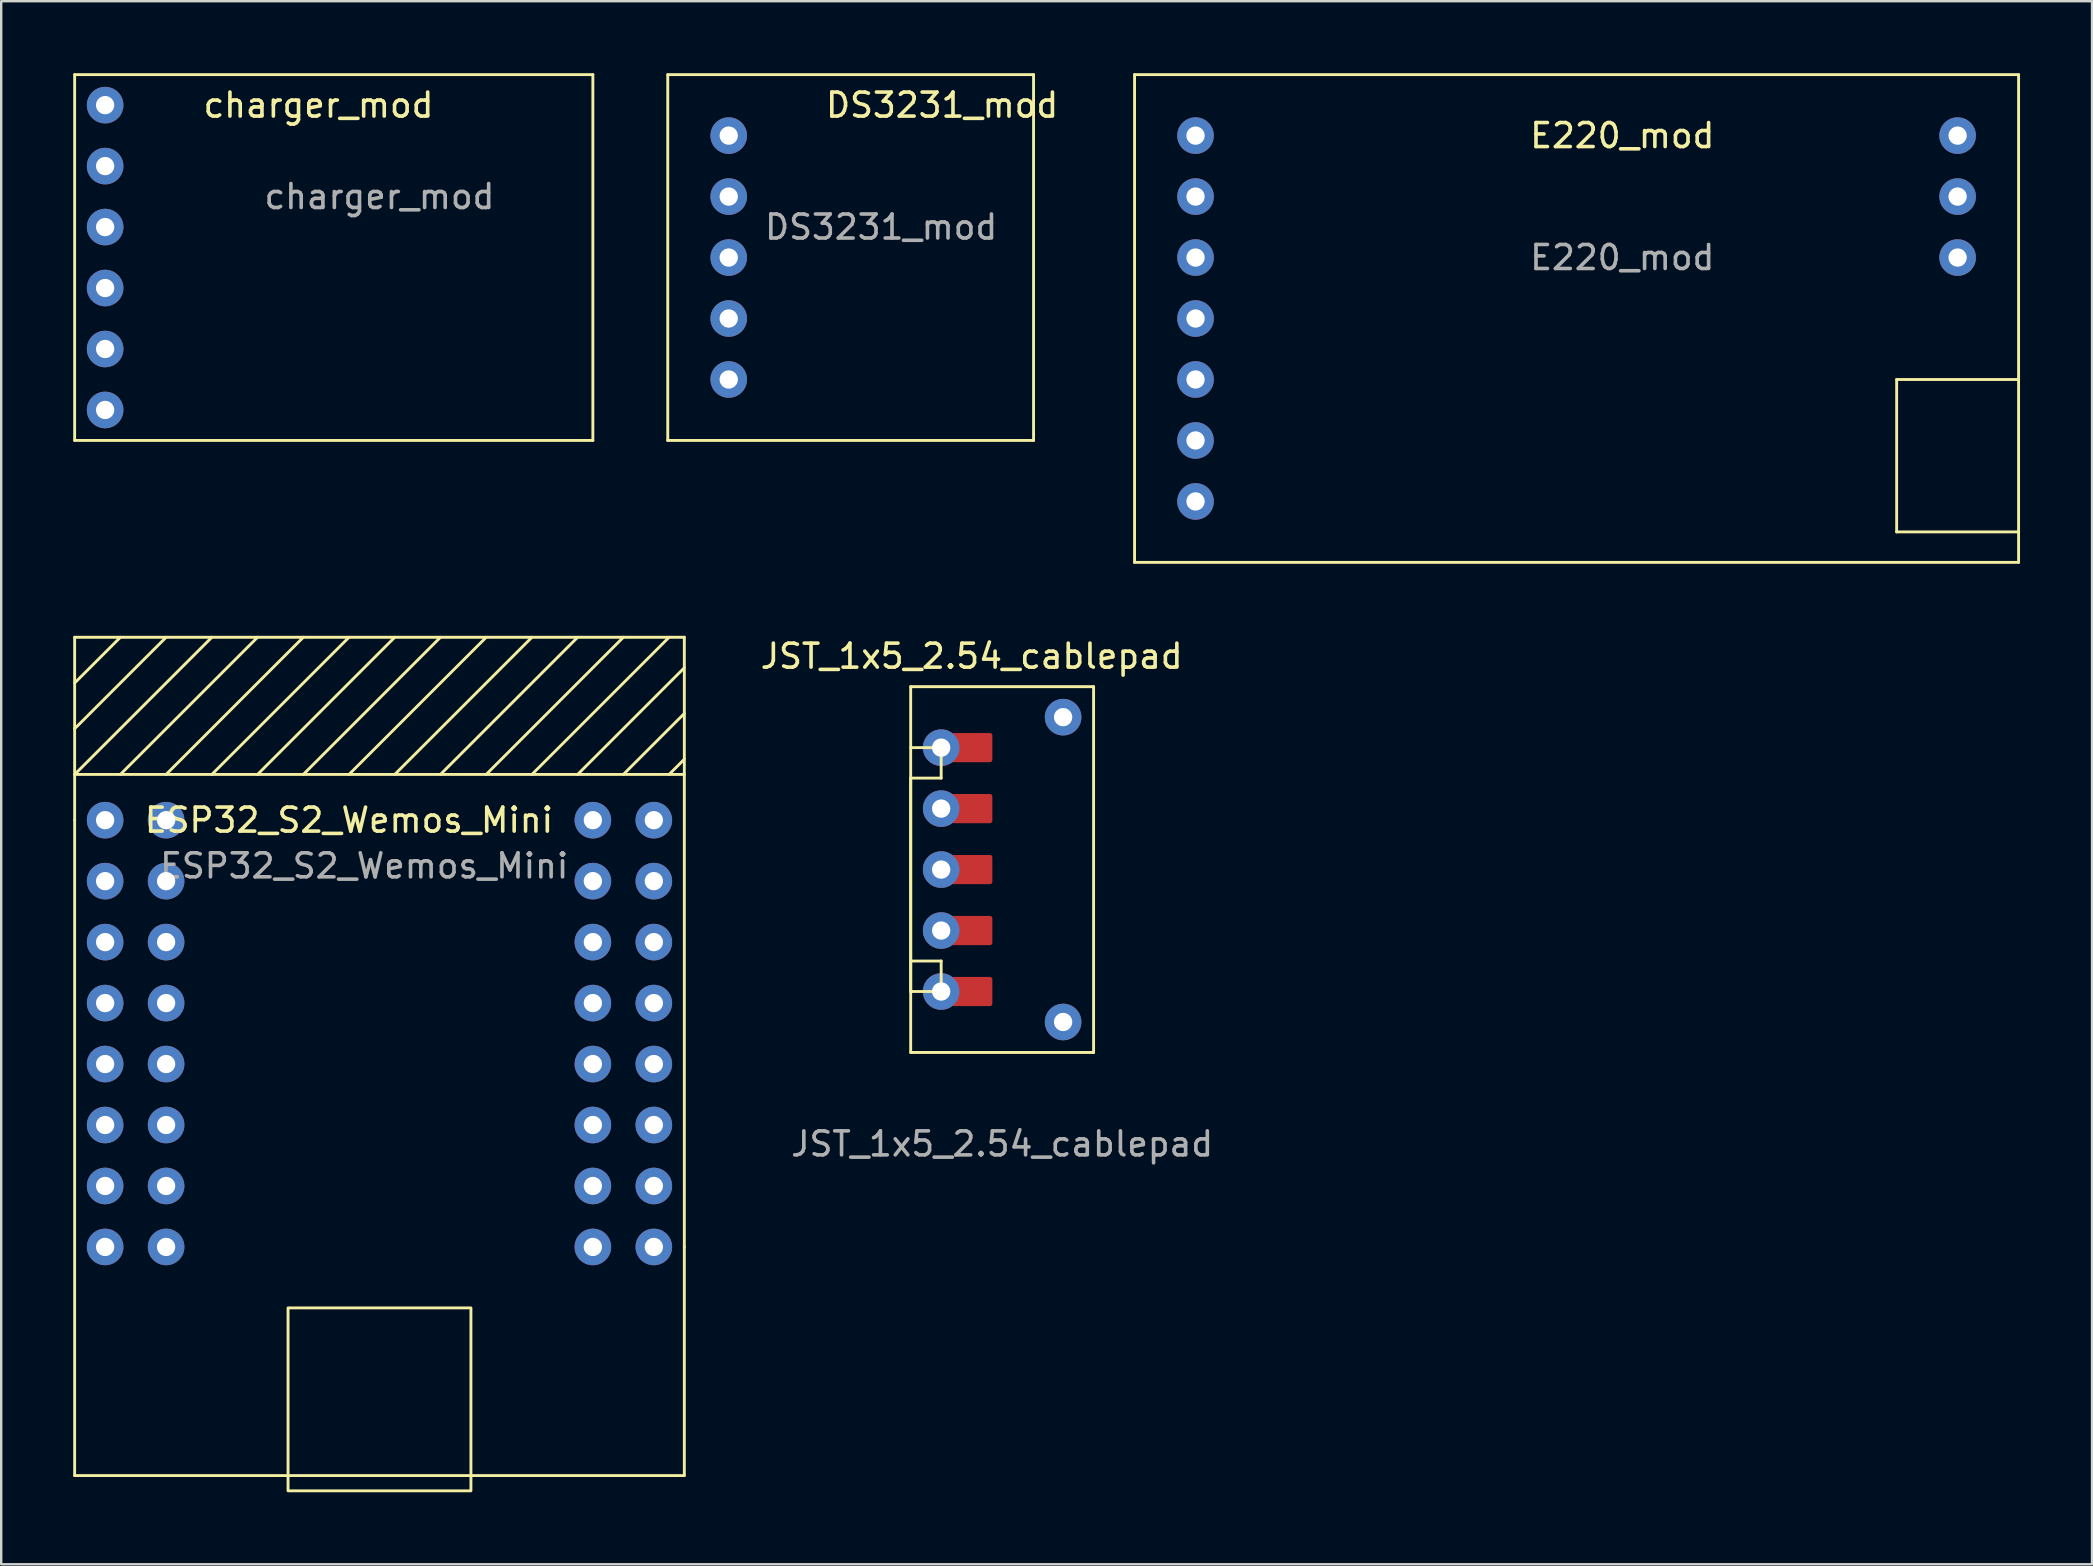
<source format=kicad_pcb>
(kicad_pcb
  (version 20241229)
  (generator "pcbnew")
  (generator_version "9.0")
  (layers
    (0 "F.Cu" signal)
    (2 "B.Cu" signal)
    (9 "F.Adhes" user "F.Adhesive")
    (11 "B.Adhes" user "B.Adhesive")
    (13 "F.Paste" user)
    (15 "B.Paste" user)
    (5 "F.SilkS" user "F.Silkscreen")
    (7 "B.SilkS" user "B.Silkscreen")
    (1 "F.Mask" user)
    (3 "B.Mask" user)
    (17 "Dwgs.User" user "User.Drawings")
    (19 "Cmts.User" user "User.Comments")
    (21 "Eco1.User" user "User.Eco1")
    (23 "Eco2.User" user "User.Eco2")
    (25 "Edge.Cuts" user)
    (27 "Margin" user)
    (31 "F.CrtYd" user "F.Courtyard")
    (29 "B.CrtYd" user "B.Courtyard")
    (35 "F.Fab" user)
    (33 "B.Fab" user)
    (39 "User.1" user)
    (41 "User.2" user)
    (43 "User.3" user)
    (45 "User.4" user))
  (footprint "charger_mod"
    (layer "F.Cu")
    (at 1.33 1.33)
    (property "Reference" "charger_mod" (at 8.89 0 0) (unlocked yes) (layer "F.SilkS") (effects (font (size 1 1) (thickness 0.15))))
    (attr through_hole)
    (fp_line (start -1.27 -1.27) (end 20.32 -1.27) (stroke (width 0.12) (type default)) (layer "F.SilkS"))
    (fp_line (start -1.27 13.97) (end -1.27 -1.27) (stroke (width 0.12) (type default)) (layer "F.SilkS"))
    (fp_line (start 20.32 -1.27) (end 20.32 13.97) (stroke (width 0.12) (type default)) (layer "F.SilkS"))
    (fp_line (start 20.32 13.97) (end -1.27 13.97) (stroke (width 0.12) (type default)) (layer "F.SilkS"))
    (fp_text user "${REFERENCE}" (at 11.43 3.81 0) (unlocked yes) (layer "F.Fab") (effects (font (size 1 1) (thickness 0.15))))
    (pad "1" thru_hole circle (at 0 0) (size 1.524 1.524) (drill 0.762) (layers "*.Cu" "*.Mask"))
    (pad "2" thru_hole circle (at 0 2.54) (size 1.524 1.524) (drill 0.762) (layers "*.Cu" "*.Mask"))
    (pad "3" thru_hole circle (at 0 5.08) (size 1.524 1.524) (drill 0.762) (layers "*.Cu" "*.Mask"))
    (pad "4" thru_hole circle (at 0 7.62) (size 1.524 1.524) (drill 0.762) (layers "*.Cu" "*.Mask"))
    (pad "5" thru_hole circle (at 0 10.16) (size 1.524 1.524) (drill 0.762) (layers "*.Cu" "*.Mask"))
    (pad "6" thru_hole circle (at 0 12.7) (size 1.524 1.524) (drill 0.762) (layers "*.Cu" "*.Mask")))
  (footprint "ESP32_S2_Wemos_Mini"
    (layer "F.Cu")
    (at 1.33 31.12)
    (property "Reference" "ESP32_S2_Wemos_Mini" (at 10.16 0 0) (unlocked yes) (layer "F.SilkS") (effects (font (size 1 1) (thickness 0.15))))
    (attr through_hole)
    (fp_line (start -1.27 -7.62) (end 24.13 -7.62) (stroke (width 0.12) (type default)) (layer "F.SilkS"))
    (fp_line (start -1.27 -5.715) (end 0.635 -7.62) (stroke (width 0.12) (type default)) (layer "F.SilkS"))
    (fp_line (start -1.27 -3.81) (end 2.54 -7.62) (stroke (width 0.12) (type default)) (layer "F.SilkS"))
    (fp_line (start -1.27 -1.905) (end 4.445 -7.62) (stroke (width 0.12) (type default)) (layer "F.SilkS"))
    (fp_line (start -1.27 -1.905) (end 24.13 -1.905) (stroke (width 0.12) (type default)) (layer "F.SilkS"))
    (fp_line (start -1.27 0) (end -1.27 -7.62) (stroke (width 0.12) (type default)) (layer "F.SilkS"))
    (fp_line (start -1.27 27.305) (end -1.27 0) (stroke (width 0.12) (type default)) (layer "F.SilkS"))
    (fp_line (start 0.635 -1.905) (end 6.35 -7.62) (stroke (width 0.12) (type default)) (layer "F.SilkS"))
    (fp_line (start 2.54 -1.905) (end 8.255 -7.62) (stroke (width 0.12) (type default)) (layer "F.SilkS"))
    (fp_line (start 4.445 -1.905) (end 10.16 -7.62) (stroke (width 0.12) (type default)) (layer "F.SilkS"))
    (fp_line (start 6.35 -1.905) (end 12.065 -7.62) (stroke (width 0.12) (type default)) (layer "F.SilkS"))
    (fp_line (start 8.255 -1.905) (end 13.97 -7.62) (stroke (width 0.12) (type default)) (layer "F.SilkS"))
    (fp_line (start 10.16 -1.905) (end 15.875 -7.62) (stroke (width 0.12) (type default)) (layer "F.SilkS"))
    (fp_line (start 12.065 -1.905) (end 17.78 -7.62) (stroke (width 0.12) (type default)) (layer "F.SilkS"))
    (fp_line (start 13.97 -1.905) (end 19.685 -7.62) (stroke (width 0.12) (type default)) (layer "F.SilkS"))
    (fp_line (start 15.875 -1.905) (end 21.59 -7.62) (stroke (width 0.12) (type default)) (layer "F.SilkS"))
    (fp_line (start 17.78 -1.905) (end 23.495 -7.62) (stroke (width 0.12) (type default)) (layer "F.SilkS"))
    (fp_line (start 19.685 -1.905) (end 24.13 -6.35) (stroke (width 0.12) (type default)) (layer "F.SilkS"))
    (fp_line (start 21.59 -1.905) (end 24.13 -4.445) (stroke (width 0.12) (type default)) (layer "F.SilkS"))
    (fp_line (start 23.495 -1.905) (end 24.13 -2.54) (stroke (width 0.12) (type default)) (layer "F.SilkS"))
    (fp_line (start 24.13 -7.62) (end 24.13 17.78) (stroke (width 0.12) (type default)) (layer "F.SilkS"))
    (fp_line (start 24.13 17.78) (end 24.13 27.305) (stroke (width 0.12) (type default)) (layer "F.SilkS"))
    (fp_line (start 24.13 27.305) (end -1.27 27.305) (stroke (width 0.12) (type default)) (layer "F.SilkS"))
    (fp_rect (start 15.24 20.32) (end 7.62 27.94) (stroke (width 0.12) (type default)) (fill no) (layer "F.SilkS"))
    (fp_text user "${REFERENCE}" (at 10.795 1.905 0) (unlocked yes) (layer "F.Fab") (effects (font (size 1 1) (thickness 0.15))))
    (pad "1A" thru_hole circle (at 0 0) (size 1.524 1.524) (drill 0.762) (layers "*.Cu" "*.Mask"))
    (pad "1B" thru_hole circle (at 2.54 0) (size 1.524 1.524) (drill 0.762) (layers "*.Cu" "*.Mask"))
    (pad "2A" thru_hole circle (at 0 2.54) (size 1.524 1.524) (drill 0.762) (layers "*.Cu" "*.Mask"))
    (pad "2B" thru_hole circle (at 2.54 2.54) (size 1.524 1.524) (drill 0.762) (layers "*.Cu" "*.Mask"))
    (pad "3A" thru_hole circle (at 0 5.08) (size 1.524 1.524) (drill 0.762) (layers "*.Cu" "*.Mask"))
    (pad "3B" thru_hole circle (at 2.54 5.08) (size 1.524 1.524) (drill 0.762) (layers "*.Cu" "*.Mask"))
    (pad "4A" thru_hole circle (at 0 7.62) (size 1.524 1.524) (drill 0.762) (layers "*.Cu" "*.Mask"))
    (pad "4B" thru_hole circle (at 2.54 7.62) (size 1.524 1.524) (drill 0.762) (layers "*.Cu" "*.Mask"))
    (pad "5A" thru_hole circle (at 0 10.16) (size 1.524 1.524) (drill 0.762) (layers "*.Cu" "*.Mask"))
    (pad "5B" thru_hole circle (at 2.54 10.16) (size 1.524 1.524) (drill 0.762) (layers "*.Cu" "*.Mask"))
    (pad "6A" thru_hole circle (at 0 12.7) (size 1.524 1.524) (drill 0.762) (layers "*.Cu" "*.Mask"))
    (pad "6B" thru_hole circle (at 2.54 12.7) (size 1.524 1.524) (drill 0.762) (layers "*.Cu" "*.Mask"))
    (pad "7A" thru_hole circle (at 0 15.24) (size 1.524 1.524) (drill 0.762) (layers "*.Cu" "*.Mask"))
    (pad "7B" thru_hole circle (at 2.54 15.24) (size 1.524 1.524) (drill 0.762) (layers "*.Cu" "*.Mask"))
    (pad "8A" thru_hole circle (at 0 17.78) (size 1.524 1.524) (drill 0.762) (layers "*.Cu" "*.Mask"))
    (pad "8B" thru_hole circle (at 2.54 17.78) (size 1.524 1.524) (drill 0.762) (layers "*.Cu" "*.Mask"))
    (pad "9A" thru_hole circle (at 22.86 17.78) (size 1.524 1.524) (drill 0.762) (layers "*.Cu" "*.Mask"))
    (pad "9B" thru_hole circle (at 20.32 17.78) (size 1.524 1.524) (drill 0.762) (layers "*.Cu" "*.Mask"))
    (pad "10A" thru_hole circle (at 22.86 15.24) (size 1.524 1.524) (drill 0.762) (layers "*.Cu" "*.Mask"))
    (pad "10B" thru_hole circle (at 20.32 15.24) (size 1.524 1.524) (drill 0.762) (layers "*.Cu" "*.Mask"))
    (pad "11A" thru_hole circle (at 22.86 12.7) (size 1.524 1.524) (drill 0.762) (layers "*.Cu" "*.Mask"))
    (pad "11B" thru_hole circle (at 20.32 12.7) (size 1.524 1.524) (drill 0.762) (layers "*.Cu" "*.Mask"))
    (pad "12A" thru_hole circle (at 22.86 10.16) (size 1.524 1.524) (drill 0.762) (layers "*.Cu" "*.Mask"))
    (pad "12B" thru_hole circle (at 20.32 10.16) (size 1.524 1.524) (drill 0.762) (layers "*.Cu" "*.Mask"))
    (pad "13A" thru_hole circle (at 22.86 7.62) (size 1.524 1.524) (drill 0.762) (layers "*.Cu" "*.Mask"))
    (pad "13B" thru_hole circle (at 20.32 7.62) (size 1.524 1.524) (drill 0.762) (layers "*.Cu" "*.Mask"))
    (pad "14A" thru_hole circle (at 22.86 5.08) (size 1.524 1.524) (drill 0.762) (layers "*.Cu" "*.Mask"))
    (pad "14B" thru_hole circle (at 20.32 5.08) (size 1.524 1.524) (drill 0.762) (layers "*.Cu" "*.Mask"))
    (pad "15A" thru_hole circle (at 22.86 2.54) (size 1.524 1.524) (drill 0.762) (layers "*.Cu" "*.Mask"))
    (pad "15B" thru_hole circle (at 20.32 2.54) (size 1.524 1.524) (drill 0.762) (layers "*.Cu" "*.Mask"))
    (pad "16A" thru_hole circle (at 22.86 0) (size 1.524 1.524) (drill 0.762) (layers "*.Cu" "*.Mask"))
    (pad "16B" thru_hole circle (at 20.32 0) (size 1.524 1.524) (drill 0.762) (layers "*.Cu" "*.Mask"))
    (zone (net_name "") (layers "F.Cu" "B.Cu") (name "Antenna") (hatch edge 0.5) (connect_pads) (min_thickness 0.25) (filled_areas_thickness no) (keepout (tracks not_allowed) (vias not_allowed) (pads not_allowed) (copperpour not_allowed) (footprints allowed)) (placement (enabled no)) (fill) (polygon (pts (xy 0.06 23.5) (xy 25.46 23.5) (xy 25.46 29.85) (xy 0.06 29.85)))))
  (footprint "JST_1x5_2.54_cablepad"
    (layer "F.Cu")
    (at 36.161 28.098)
    (property "Reference" "JST_1x5_2.54_cablepad" (at 1.27 -3.81 0) (unlocked yes) (layer "F.SilkS") (effects (font (size 1 1) (thickness 0.15))))
    (attr through_hole)
    (fp_poly (pts (xy 0.508 -0.508) (xy 2.032 -0.508) (xy 2.032 0.508) (xy 0.508 0.508)) (stroke (width 0.2) (type solid)) (fill yes) (layer "F.Cu"))
    (fp_poly (pts (xy 0.508 2.032) (xy 2.032 2.032) (xy 2.032 3.048) (xy 0.508 3.048)) (stroke (width 0.2) (type solid)) (fill yes) (layer "F.Cu"))
    (fp_poly (pts (xy 0.508 4.572) (xy 2.032 4.572) (xy 2.032 5.588) (xy 0.508 5.588)) (stroke (width 0.2) (type solid)) (fill yes) (layer "F.Cu"))
    (fp_poly (pts (xy 0.508 7.112) (xy 2.032 7.112) (xy 2.032 8.128) (xy 0.508 8.128)) (stroke (width 0.2) (type solid)) (fill yes) (layer "F.Cu"))
    (fp_poly (pts (xy 0.508 9.652) (xy 2.032 9.652) (xy 2.032 10.668) (xy 0.508 10.668)) (stroke (width 0.2) (type solid)) (fill yes) (layer "F.Cu"))
    (fp_poly (pts (xy 2.032 -0.508) (xy 0.508 -0.508) (xy 0.508 0.508) (xy 2.032 0.508)) (stroke (width 0.12) (type solid)) (fill yes) (layer "F.Mask"))
    (fp_poly (pts (xy 2.032 2.032) (xy 0.508 2.032) (xy 0.508 3.048) (xy 2.032 3.048)) (stroke (width 0.12) (type solid)) (fill yes) (layer "F.Mask"))
    (fp_poly (pts (xy 2.032 4.572) (xy 0.508 4.572) (xy 0.508 5.588) (xy 2.032 5.588)) (stroke (width 0.12) (type solid)) (fill yes) (layer "F.Mask"))
    (fp_poly (pts (xy 2.032 7.112) (xy 0.508 7.112) (xy 0.508 8.128) (xy 2.032 8.128)) (stroke (width 0.12) (type solid)) (fill yes) (layer "F.Mask"))
    (fp_poly (pts (xy 2.032 9.652) (xy 0.508 9.652) (xy 0.508 10.668) (xy 2.032 10.668)) (stroke (width 0.12) (type solid)) (fill yes) (layer "F.Mask"))
    (fp_line (start -1.27 -2.54) (end 6.35 -2.54) (stroke (width 0.12) (type default)) (layer "F.SilkS"))
    (fp_line (start -1.27 0) (end 0 0) (stroke (width 0.12) (type default)) (layer "F.SilkS"))
    (fp_line (start -1.27 1.27) (end -1.27 10.16) (stroke (width 0.12) (type default)) (layer "F.SilkS"))
    (fp_line (start -1.27 10.16) (end 0 10.16) (stroke (width 0.12) (type default)) (layer "F.SilkS"))
    (fp_line (start -1.27 12.7) (end -1.27 -2.54) (stroke (width 0.12) (type default)) (layer "F.SilkS"))
    (fp_line (start 0 0) (end 0 1.27) (stroke (width 0.12) (type default)) (layer "F.SilkS"))
    (fp_line (start 0 1.27) (end -1.27 1.27) (stroke (width 0.12) (type default)) (layer "F.SilkS"))
    (fp_line (start 0 8.89) (end -1.27 8.89) (stroke (width 0.12) (type default)) (layer "F.SilkS"))
    (fp_line (start 0 10.16) (end 0 8.89) (stroke (width 0.12) (type default)) (layer "F.SilkS"))
    (fp_line (start 6.35 -2.54) (end 6.35 12.7) (stroke (width 0.12) (type default)) (layer "F.SilkS"))
    (fp_line (start 6.35 12.7) (end -1.27 12.7) (stroke (width 0.12) (type default)) (layer "F.SilkS"))
    (fp_text user "${REFERENCE}" (at 2.54 16.51 0) (unlocked yes) (layer "F.Fab") (effects (font (size 1 1) (thickness 0.15))))
    (pad "" thru_hole circle (at 5.08 -1.27) (size 1.524 1.524) (drill 0.762) (layers "*.Cu" "*.Mask"))
    (pad "" thru_hole circle (at 5.08 11.43) (size 1.524 1.524) (drill 0.762) (layers "*.Cu" "*.Mask"))
    (pad "1" thru_hole circle (at 0 0) (size 1.524 1.524) (drill 0.762) (layers "*.Cu" "*.Mask"))
    (pad "2" thru_hole circle (at 0 2.54) (size 1.524 1.524) (drill 0.762) (layers "*.Cu" "*.Mask"))
    (pad "3" thru_hole circle (at 0 5.08) (size 1.524 1.524) (drill 0.762) (layers "*.Cu" "*.Mask"))
    (pad "4" thru_hole circle (at 0 7.62) (size 1.524 1.524) (drill 0.762) (layers "*.Cu" "*.Mask"))
    (pad "5" thru_hole circle (at 0 10.16) (size 1.524 1.524) (drill 0.762) (layers "*.Cu" "*.Mask")))
  (footprint "E220_mod"
    (layer "F.Cu")
    (at 46.758 2.6)
    (property "Reference" "E220_mod" (at 17.78 0 0) (unlocked yes) (layer "F.SilkS") (effects (font (size 1 1) (thickness 0.15))))
    (attr through_hole)
    (fp_line (start -2.54 -2.54) (end 34.29 -2.54) (stroke (width 0.12) (type default)) (layer "F.SilkS"))
    (fp_line (start -2.54 17.78) (end -2.54 -2.54) (stroke (width 0.12) (type default)) (layer "F.SilkS"))
    (fp_line (start 29.21 10.16) (end 34.29 10.16) (stroke (width 0.12) (type default)) (layer "F.SilkS"))
    (fp_line (start 29.21 16.51) (end 29.21 10.16) (stroke (width 0.12) (type default)) (layer "F.SilkS"))
    (fp_line (start 34.29 -2.54) (end 34.29 17.78) (stroke (width 0.12) (type default)) (layer "F.SilkS"))
    (fp_line (start 34.29 16.51) (end 29.21 16.51) (stroke (width 0.12) (type default)) (layer "F.SilkS"))
    (fp_line (start 34.29 17.78) (end -2.54 17.78) (stroke (width 0.12) (type default)) (layer "F.SilkS"))
    (fp_text user "${REFERENCE}" (at 17.78 5.08 0) (unlocked yes) (layer "F.Fab") (effects (font (size 1 1) (thickness 0.15))))
    (pad "1" thru_hole circle (at 0 0) (size 1.524 1.524) (drill 0.762) (layers "*.Cu" "*.Mask"))
    (pad "2" thru_hole circle (at 0 2.54) (size 1.524 1.524) (drill 0.762) (layers "*.Cu" "*.Mask"))
    (pad "3" thru_hole circle (at 0 5.08) (size 1.524 1.524) (drill 0.762) (layers "*.Cu" "*.Mask"))
    (pad "4" thru_hole circle (at 0 7.62) (size 1.524 1.524) (drill 0.762) (layers "*.Cu" "*.Mask"))
    (pad "5" thru_hole circle (at 0 10.16) (size 1.524 1.524) (drill 0.762) (layers "*.Cu" "*.Mask"))
    (pad "6" thru_hole circle (at 0 12.7) (size 1.524 1.524) (drill 0.762) (layers "*.Cu" "*.Mask"))
    (pad "7" thru_hole circle (at 0 15.24) (size 1.524 1.524) (drill 0.762) (layers "*.Cu" "*.Mask"))
    (pad "8" thru_hole circle (at 31.75 5.08) (size 1.524 1.524) (drill 0.762) (layers "*.Cu" "*.Mask"))
    (pad "9" thru_hole circle (at 31.75 2.54) (size 1.524 1.524) (drill 0.762) (layers "*.Cu" "*.Mask"))
    (pad "10" thru_hole circle (at 31.75 0) (size 1.524 1.524) (drill 0.762) (layers "*.Cu" "*.Mask")))
  (footprint "DS3231_mod"
    (layer "F.Cu")
    (at 27.31 2.6)
    (property "Reference" "DS3231_mod" (at 8.89 -1.27 0) (unlocked yes) (layer "F.SilkS") (effects (font (size 1 1) (thickness 0.15))))
    (attr through_hole)
    (fp_line (start -2.54 -2.54) (end 12.7 -2.54) (stroke (width 0.12) (type default)) (layer "F.SilkS"))
    (fp_line (start -2.54 12.7) (end -2.54 -2.54) (stroke (width 0.12) (type default)) (layer "F.SilkS"))
    (fp_line (start 12.7 -2.54) (end 12.7 12.7) (stroke (width 0.12) (type default)) (layer "F.SilkS"))
    (fp_line (start 12.7 12.7) (end -2.54 12.7) (stroke (width 0.12) (type default)) (layer "F.SilkS"))
    (fp_text user "${REFERENCE}" (at 6.35 3.81 0) (unlocked yes) (layer "F.Fab") (effects (font (size 1 1) (thickness 0.15))))
    (pad "1" thru_hole circle (at 0 0) (size 1.524 1.524) (drill 0.762) (layers "*.Cu" "*.Mask"))
    (pad "2" thru_hole circle (at 0 2.54) (size 1.524 1.524) (drill 0.762) (layers "*.Cu" "*.Mask"))
    (pad "3" thru_hole circle (at 0 5.08) (size 1.524 1.524) (drill 0.762) (layers "*.Cu" "*.Mask"))
    (pad "4" thru_hole circle (at 0 7.62) (size 1.524 1.524) (drill 0.762) (layers "*.Cu" "*.Mask"))
    (pad "5" thru_hole circle (at 0 10.16) (size 1.524 1.524) (drill 0.762) (layers "*.Cu" "*.Mask")))
  (gr_rect
    (start -3 -3)
    (end 84.108 62.12)
    (stroke (width 0.1) (type default))
    (fill no)
    (layer "Edge.Cuts")))
</source>
